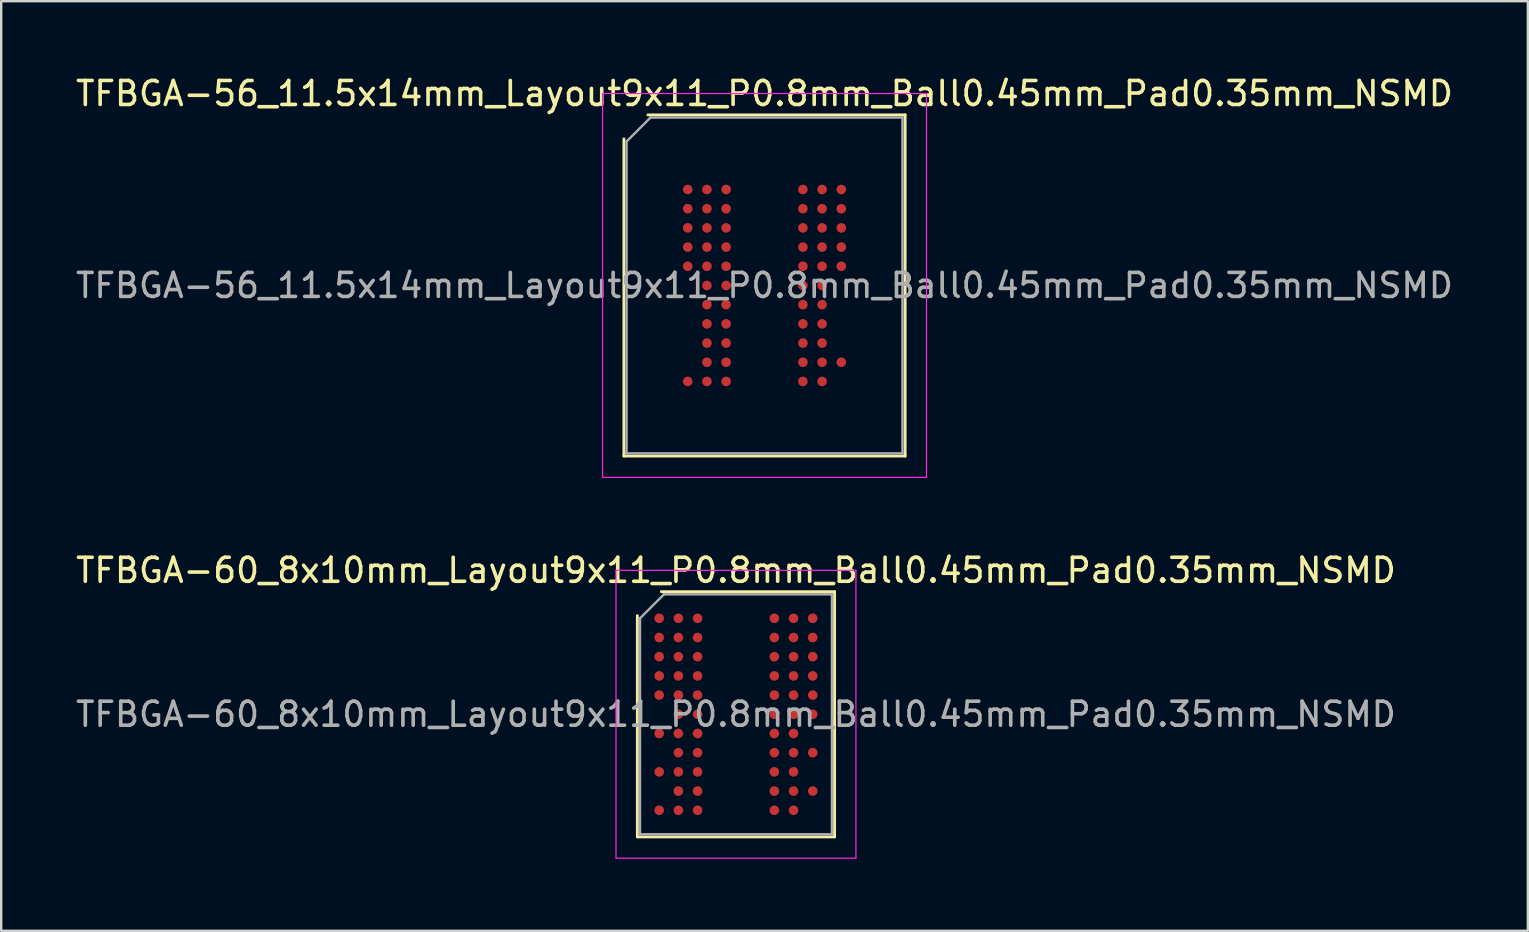
<source format=kicad_pcb>
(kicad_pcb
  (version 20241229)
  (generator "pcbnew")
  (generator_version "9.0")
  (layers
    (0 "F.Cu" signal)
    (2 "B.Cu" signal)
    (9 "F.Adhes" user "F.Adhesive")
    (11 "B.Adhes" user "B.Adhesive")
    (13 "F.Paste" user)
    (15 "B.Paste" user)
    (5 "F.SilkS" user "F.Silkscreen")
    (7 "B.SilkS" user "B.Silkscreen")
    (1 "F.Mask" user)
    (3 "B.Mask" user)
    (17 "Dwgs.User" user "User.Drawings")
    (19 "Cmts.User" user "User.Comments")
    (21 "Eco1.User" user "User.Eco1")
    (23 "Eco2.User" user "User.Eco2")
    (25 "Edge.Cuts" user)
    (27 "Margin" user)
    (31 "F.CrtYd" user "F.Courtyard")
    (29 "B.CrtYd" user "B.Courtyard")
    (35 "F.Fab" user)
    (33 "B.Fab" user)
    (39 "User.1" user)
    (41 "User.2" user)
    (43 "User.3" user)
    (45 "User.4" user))
  (footprint "TFBGA-60_8x10mm_Layout9x11_P0.8mm_Ball0.45mm_Pad0.35mm_NSMD"
    (layer "F.Cu")
    (at 27.625 26.721)
    (property "Reference" "TFBGA-60_8x10mm_Layout9x11_P0.8mm_Ball0.45mm_Pad0.35mm_NSMD" (at 0 -6 0) (layer "F.SilkS") (effects (font (size 1 1) (thickness 0.15))))
    (attr smd)
    (fp_line (start -4.11 5.11) (end -4.11 -4.11) (stroke (width 0.12) (type solid)) (layer "F.SilkS"))
    (fp_line (start -3.11 -5.11) (end 4.11 -5.11) (stroke (width 0.12) (type solid)) (layer "F.SilkS"))
    (fp_line (start 4.11 -5.11) (end 4.11 5.11) (stroke (width 0.12) (type solid)) (layer "F.SilkS"))
    (fp_line (start 4.11 5.11) (end -4.11 5.11) (stroke (width 0.12) (type solid)) (layer "F.SilkS"))
    (fp_line (start -5 -6) (end -5 6) (stroke (width 0.05) (type solid)) (layer "F.CrtYd"))
    (fp_line (start -5 6) (end 5 6) (stroke (width 0.05) (type solid)) (layer "F.CrtYd"))
    (fp_line (start 5 -6) (end -5 -6) (stroke (width 0.05) (type solid)) (layer "F.CrtYd"))
    (fp_line (start 5 6) (end 5 -6) (stroke (width 0.05) (type solid)) (layer "F.CrtYd"))
    (fp_line (start -4 -4) (end -3 -5) (stroke (width 0.1) (type solid)) (layer "F.Fab"))
    (fp_line (start -4 5) (end -4 -4) (stroke (width 0.1) (type solid)) (layer "F.Fab"))
    (fp_line (start -3 -5) (end 4 -5) (stroke (width 0.1) (type solid)) (layer "F.Fab"))
    (fp_line (start 4 -5) (end 4 5) (stroke (width 0.1) (type solid)) (layer "F.Fab"))
    (fp_line (start 4 5) (end -4 5) (stroke (width 0.1) (type solid)) (layer "F.Fab"))
    (fp_text user "${REFERENCE}" (at 0 0 0) (layer "F.Fab") (effects (font (size 1 1) (thickness 0.15))))
    (pad "A1" smd circle (at -3.2 -4) (size 0.4 0.4) (layers "F.Cu" "F.Mask" "F.Paste"))
    (pad "A2" smd circle (at -2.4 -4) (size 0.4 0.4) (layers "F.Cu" "F.Mask" "F.Paste"))
    (pad "A3" smd circle (at -1.6 -4) (size 0.4 0.4) (layers "F.Cu" "F.Mask" "F.Paste"))
    (pad "A7" smd circle (at 1.6 -4) (size 0.4 0.4) (layers "F.Cu" "F.Mask" "F.Paste"))
    (pad "A8" smd circle (at 2.4 -4) (size 0.4 0.4) (layers "F.Cu" "F.Mask" "F.Paste"))
    (pad "A9" smd circle (at 3.2 -4) (size 0.4 0.4) (layers "F.Cu" "F.Mask" "F.Paste"))
    (pad "B1" smd circle (at -3.2 -3.2) (size 0.4 0.4) (layers "F.Cu" "F.Mask" "F.Paste"))
    (pad "B2" smd circle (at -2.4 -3.2) (size 0.4 0.4) (layers "F.Cu" "F.Mask" "F.Paste"))
    (pad "B3" smd circle (at -1.6 -3.2) (size 0.4 0.4) (layers "F.Cu" "F.Mask" "F.Paste"))
    (pad "B7" smd circle (at 1.6 -3.2) (size 0.4 0.4) (layers "F.Cu" "F.Mask" "F.Paste"))
    (pad "B8" smd circle (at 2.4 -3.2) (size 0.4 0.4) (layers "F.Cu" "F.Mask" "F.Paste"))
    (pad "B9" smd circle (at 3.2 -3.2) (size 0.4 0.4) (layers "F.Cu" "F.Mask" "F.Paste"))
    (pad "C1" smd circle (at -3.2 -2.4) (size 0.4 0.4) (layers "F.Cu" "F.Mask" "F.Paste"))
    (pad "C2" smd circle (at -2.4 -2.4) (size 0.4 0.4) (layers "F.Cu" "F.Mask" "F.Paste"))
    (pad "C3" smd circle (at -1.6 -2.4) (size 0.4 0.4) (layers "F.Cu" "F.Mask" "F.Paste"))
    (pad "C7" smd circle (at 1.6 -2.4) (size 0.4 0.4) (layers "F.Cu" "F.Mask" "F.Paste"))
    (pad "C8" smd circle (at 2.4 -2.4) (size 0.4 0.4) (layers "F.Cu" "F.Mask" "F.Paste"))
    (pad "C9" smd circle (at 3.2 -2.4) (size 0.4 0.4) (layers "F.Cu" "F.Mask" "F.Paste"))
    (pad "D1" smd circle (at -3.2 -1.6) (size 0.4 0.4) (layers "F.Cu" "F.Mask" "F.Paste"))
    (pad "D2" smd circle (at -2.4 -1.6) (size 0.4 0.4) (layers "F.Cu" "F.Mask" "F.Paste"))
    (pad "D3" smd circle (at -1.6 -1.6) (size 0.4 0.4) (layers "F.Cu" "F.Mask" "F.Paste"))
    (pad "D7" smd circle (at 1.6 -1.6) (size 0.4 0.4) (layers "F.Cu" "F.Mask" "F.Paste"))
    (pad "D8" smd circle (at 2.4 -1.6) (size 0.4 0.4) (layers "F.Cu" "F.Mask" "F.Paste"))
    (pad "D9" smd circle (at 3.2 -1.6) (size 0.4 0.4) (layers "F.Cu" "F.Mask" "F.Paste"))
    (pad "E1" smd circle (at -3.2 -0.8) (size 0.4 0.4) (layers "F.Cu" "F.Mask" "F.Paste"))
    (pad "E2" smd circle (at -2.4 -0.8) (size 0.4 0.4) (layers "F.Cu" "F.Mask" "F.Paste"))
    (pad "E3" smd circle (at -1.6 -0.8) (size 0.4 0.4) (layers "F.Cu" "F.Mask" "F.Paste"))
    (pad "E7" smd circle (at 1.6 -0.8) (size 0.4 0.4) (layers "F.Cu" "F.Mask" "F.Paste"))
    (pad "E8" smd circle (at 2.4 -0.8) (size 0.4 0.4) (layers "F.Cu" "F.Mask" "F.Paste"))
    (pad "E9" smd circle (at 3.2 -0.8) (size 0.4 0.4) (layers "F.Cu" "F.Mask" "F.Paste"))
    (pad "F2" smd circle (at -2.4 0) (size 0.4 0.4) (layers "F.Cu" "F.Mask" "F.Paste"))
    (pad "F3" smd circle (at -1.6 0) (size 0.4 0.4) (layers "F.Cu" "F.Mask" "F.Paste"))
    (pad "F7" smd circle (at 1.6 0) (size 0.4 0.4) (layers "F.Cu" "F.Mask" "F.Paste"))
    (pad "F8" smd circle (at 2.4 0) (size 0.4 0.4) (layers "F.Cu" "F.Mask" "F.Paste"))
    (pad "F9" smd circle (at 3.2 0) (size 0.4 0.4) (layers "F.Cu" "F.Mask" "F.Paste"))
    (pad "G1" smd circle (at -3.2 0.8) (size 0.4 0.4) (layers "F.Cu" "F.Mask" "F.Paste"))
    (pad "G2" smd circle (at -2.4 0.8) (size 0.4 0.4) (layers "F.Cu" "F.Mask" "F.Paste"))
    (pad "G3" smd circle (at -1.6 0.8) (size 0.4 0.4) (layers "F.Cu" "F.Mask" "F.Paste"))
    (pad "G7" smd circle (at 1.6 0.8) (size 0.4 0.4) (layers "F.Cu" "F.Mask" "F.Paste"))
    (pad "G8" smd circle (at 2.4 0.8) (size 0.4 0.4) (layers "F.Cu" "F.Mask" "F.Paste"))
    (pad "H2" smd circle (at -2.4 1.6) (size 0.4 0.4) (layers "F.Cu" "F.Mask" "F.Paste"))
    (pad "H3" smd circle (at -1.6 1.6) (size 0.4 0.4) (layers "F.Cu" "F.Mask" "F.Paste"))
    (pad "H7" smd circle (at 1.6 1.6) (size 0.4 0.4) (layers "F.Cu" "F.Mask" "F.Paste"))
    (pad "H8" smd circle (at 2.4 1.6) (size 0.4 0.4) (layers "F.Cu" "F.Mask" "F.Paste"))
    (pad "H9" smd circle (at 3.2 1.6) (size 0.4 0.4) (layers "F.Cu" "F.Mask" "F.Paste"))
    (pad "J1" smd circle (at -3.2 2.4) (size 0.4 0.4) (layers "F.Cu" "F.Mask" "F.Paste"))
    (pad "J2" smd circle (at -2.4 2.4) (size 0.4 0.4) (layers "F.Cu" "F.Mask" "F.Paste"))
    (pad "J3" smd circle (at -1.6 2.4) (size 0.4 0.4) (layers "F.Cu" "F.Mask" "F.Paste"))
    (pad "J7" smd circle (at 1.6 2.4) (size 0.4 0.4) (layers "F.Cu" "F.Mask" "F.Paste"))
    (pad "J8" smd circle (at 2.4 2.4) (size 0.4 0.4) (layers "F.Cu" "F.Mask" "F.Paste"))
    (pad "K2" smd circle (at -2.4 3.2) (size 0.4 0.4) (layers "F.Cu" "F.Mask" "F.Paste"))
    (pad "K3" smd circle (at -1.6 3.2) (size 0.4 0.4) (layers "F.Cu" "F.Mask" "F.Paste"))
    (pad "K7" smd circle (at 1.6 3.2) (size 0.4 0.4) (layers "F.Cu" "F.Mask" "F.Paste"))
    (pad "K8" smd circle (at 2.4 3.2) (size 0.4 0.4) (layers "F.Cu" "F.Mask" "F.Paste"))
    (pad "K9" smd circle (at 3.2 3.2) (size 0.4 0.4) (layers "F.Cu" "F.Mask" "F.Paste"))
    (pad "L1" smd circle (at -3.2 4) (size 0.4 0.4) (layers "F.Cu" "F.Mask" "F.Paste"))
    (pad "L2" smd circle (at -2.4 4) (size 0.4 0.4) (layers "F.Cu" "F.Mask" "F.Paste"))
    (pad "L3" smd circle (at -1.6 4) (size 0.4 0.4) (layers "F.Cu" "F.Mask" "F.Paste"))
    (pad "L7" smd circle (at 1.6 4) (size 0.4 0.4) (layers "F.Cu" "F.Mask" "F.Paste"))
    (pad "L8" smd circle (at 2.4 4) (size 0.4 0.4) (layers "F.Cu" "F.Mask" "F.Paste")))
  (footprint "TFBGA-56_11.5x14mm_Layout9x11_P0.8mm_Ball0.45mm_Pad0.35mm_NSMD"
    (layer "F.Cu")
    (at 28.815 8.848)
    (property "Reference" "TFBGA-56_11.5x14mm_Layout9x11_P0.8mm_Ball0.45mm_Pad0.35mm_NSMD" (at 0 -8 0) (layer "F.SilkS") (effects (font (size 1 1) (thickness 0.15))))
    (attr smd)
    (fp_line (start -5.86 7.11) (end -5.86 -6.11) (stroke (width 0.12) (type solid)) (layer "F.SilkS"))
    (fp_line (start -4.86 -7.11) (end 5.86 -7.11) (stroke (width 0.12) (type solid)) (layer "F.SilkS"))
    (fp_line (start 5.86 -7.11) (end 5.86 7.11) (stroke (width 0.12) (type solid)) (layer "F.SilkS"))
    (fp_line (start 5.86 7.11) (end -5.86 7.11) (stroke (width 0.12) (type solid)) (layer "F.SilkS"))
    (fp_line (start -6.75 -8) (end -6.75 8) (stroke (width 0.05) (type solid)) (layer "F.CrtYd"))
    (fp_line (start -6.75 8) (end 6.75 8) (stroke (width 0.05) (type solid)) (layer "F.CrtYd"))
    (fp_line (start 6.75 -8) (end -6.75 -8) (stroke (width 0.05) (type solid)) (layer "F.CrtYd"))
    (fp_line (start 6.75 8) (end 6.75 -8) (stroke (width 0.05) (type solid)) (layer "F.CrtYd"))
    (fp_line (start -5.75 -6) (end -4.75 -7) (stroke (width 0.1) (type solid)) (layer "F.Fab"))
    (fp_line (start -5.75 7) (end -5.75 -6) (stroke (width 0.1) (type solid)) (layer "F.Fab"))
    (fp_line (start -4.75 -7) (end 5.75 -7) (stroke (width 0.1) (type solid)) (layer "F.Fab"))
    (fp_line (start 5.75 -7) (end 5.75 7) (stroke (width 0.1) (type solid)) (layer "F.Fab"))
    (fp_line (start 5.75 7) (end -5.75 7) (stroke (width 0.1) (type solid)) (layer "F.Fab"))
    (fp_text user "${REFERENCE}" (at 0 0 0) (layer "F.Fab") (effects (font (size 1 1) (thickness 0.15))))
    (pad "A1" smd circle (at -3.2 -4) (size 0.4 0.4) (layers "F.Cu" "F.Mask" "F.Paste"))
    (pad "A2" smd circle (at -2.4 -4) (size 0.4 0.4) (layers "F.Cu" "F.Mask" "F.Paste"))
    (pad "A3" smd circle (at -1.6 -4) (size 0.4 0.4) (layers "F.Cu" "F.Mask" "F.Paste"))
    (pad "A7" smd circle (at 1.6 -4) (size 0.4 0.4) (layers "F.Cu" "F.Mask" "F.Paste"))
    (pad "A8" smd circle (at 2.4 -4) (size 0.4 0.4) (layers "F.Cu" "F.Mask" "F.Paste"))
    (pad "A9" smd circle (at 3.2 -4) (size 0.4 0.4) (layers "F.Cu" "F.Mask" "F.Paste"))
    (pad "B1" smd circle (at -3.2 -3.2) (size 0.4 0.4) (layers "F.Cu" "F.Mask" "F.Paste"))
    (pad "B2" smd circle (at -2.4 -3.2) (size 0.4 0.4) (layers "F.Cu" "F.Mask" "F.Paste"))
    (pad "B3" smd circle (at -1.6 -3.2) (size 0.4 0.4) (layers "F.Cu" "F.Mask" "F.Paste"))
    (pad "B7" smd circle (at 1.6 -3.2) (size 0.4 0.4) (layers "F.Cu" "F.Mask" "F.Paste"))
    (pad "B8" smd circle (at 2.4 -3.2) (size 0.4 0.4) (layers "F.Cu" "F.Mask" "F.Paste"))
    (pad "B9" smd circle (at 3.2 -3.2) (size 0.4 0.4) (layers "F.Cu" "F.Mask" "F.Paste"))
    (pad "C1" smd circle (at -3.2 -2.4) (size 0.4 0.4) (layers "F.Cu" "F.Mask" "F.Paste"))
    (pad "C2" smd circle (at -2.4 -2.4) (size 0.4 0.4) (layers "F.Cu" "F.Mask" "F.Paste"))
    (pad "C3" smd circle (at -1.6 -2.4) (size 0.4 0.4) (layers "F.Cu" "F.Mask" "F.Paste"))
    (pad "C7" smd circle (at 1.6 -2.4) (size 0.4 0.4) (layers "F.Cu" "F.Mask" "F.Paste"))
    (pad "C8" smd circle (at 2.4 -2.4) (size 0.4 0.4) (layers "F.Cu" "F.Mask" "F.Paste"))
    (pad "C9" smd circle (at 3.2 -2.4) (size 0.4 0.4) (layers "F.Cu" "F.Mask" "F.Paste"))
    (pad "D1" smd circle (at -3.2 -1.6) (size 0.4 0.4) (layers "F.Cu" "F.Mask" "F.Paste"))
    (pad "D2" smd circle (at -2.4 -1.6) (size 0.4 0.4) (layers "F.Cu" "F.Mask" "F.Paste"))
    (pad "D3" smd circle (at -1.6 -1.6) (size 0.4 0.4) (layers "F.Cu" "F.Mask" "F.Paste"))
    (pad "D7" smd circle (at 1.6 -1.6) (size 0.4 0.4) (layers "F.Cu" "F.Mask" "F.Paste"))
    (pad "D8" smd circle (at 2.4 -1.6) (size 0.4 0.4) (layers "F.Cu" "F.Mask" "F.Paste"))
    (pad "D9" smd circle (at 3.2 -1.6) (size 0.4 0.4) (layers "F.Cu" "F.Mask" "F.Paste"))
    (pad "E1" smd circle (at -3.2 -0.8) (size 0.4 0.4) (layers "F.Cu" "F.Mask" "F.Paste"))
    (pad "E2" smd circle (at -2.4 -0.8) (size 0.4 0.4) (layers "F.Cu" "F.Mask" "F.Paste"))
    (pad "E3" smd circle (at -1.6 -0.8) (size 0.4 0.4) (layers "F.Cu" "F.Mask" "F.Paste"))
    (pad "E7" smd circle (at 1.6 -0.8) (size 0.4 0.4) (layers "F.Cu" "F.Mask" "F.Paste"))
    (pad "E8" smd circle (at 2.4 -0.8) (size 0.4 0.4) (layers "F.Cu" "F.Mask" "F.Paste"))
    (pad "E9" smd circle (at 3.2 -0.8) (size 0.4 0.4) (layers "F.Cu" "F.Mask" "F.Paste"))
    (pad "F2" smd circle (at -2.4 0) (size 0.4 0.4) (layers "F.Cu" "F.Mask" "F.Paste"))
    (pad "F3" smd circle (at -1.6 0) (size 0.4 0.4) (layers "F.Cu" "F.Mask" "F.Paste"))
    (pad "F7" smd circle (at 1.6 0) (size 0.4 0.4) (layers "F.Cu" "F.Mask" "F.Paste"))
    (pad "F8" smd circle (at 2.4 0) (size 0.4 0.4) (layers "F.Cu" "F.Mask" "F.Paste"))
    (pad "G2" smd circle (at -2.4 0.8) (size 0.4 0.4) (layers "F.Cu" "F.Mask" "F.Paste"))
    (pad "G3" smd circle (at -1.6 0.8) (size 0.4 0.4) (layers "F.Cu" "F.Mask" "F.Paste"))
    (pad "G7" smd circle (at 1.6 0.8) (size 0.4 0.4) (layers "F.Cu" "F.Mask" "F.Paste"))
    (pad "G8" smd circle (at 2.4 0.8) (size 0.4 0.4) (layers "F.Cu" "F.Mask" "F.Paste"))
    (pad "H2" smd circle (at -2.4 1.6) (size 0.4 0.4) (layers "F.Cu" "F.Mask" "F.Paste"))
    (pad "H3" smd circle (at -1.6 1.6) (size 0.4 0.4) (layers "F.Cu" "F.Mask" "F.Paste"))
    (pad "H7" smd circle (at 1.6 1.6) (size 0.4 0.4) (layers "F.Cu" "F.Mask" "F.Paste"))
    (pad "H8" smd circle (at 2.4 1.6) (size 0.4 0.4) (layers "F.Cu" "F.Mask" "F.Paste"))
    (pad "J2" smd circle (at -2.4 2.4) (size 0.4 0.4) (layers "F.Cu" "F.Mask" "F.Paste"))
    (pad "J3" smd circle (at -1.6 2.4) (size 0.4 0.4) (layers "F.Cu" "F.Mask" "F.Paste"))
    (pad "J7" smd circle (at 1.6 2.4) (size 0.4 0.4) (layers "F.Cu" "F.Mask" "F.Paste"))
    (pad "J8" smd circle (at 2.4 2.4) (size 0.4 0.4) (layers "F.Cu" "F.Mask" "F.Paste"))
    (pad "K2" smd circle (at -2.4 3.2) (size 0.4 0.4) (layers "F.Cu" "F.Mask" "F.Paste"))
    (pad "K3" smd circle (at -1.6 3.2) (size 0.4 0.4) (layers "F.Cu" "F.Mask" "F.Paste"))
    (pad "K7" smd circle (at 1.6 3.2) (size 0.4 0.4) (layers "F.Cu" "F.Mask" "F.Paste"))
    (pad "K8" smd circle (at 2.4 3.2) (size 0.4 0.4) (layers "F.Cu" "F.Mask" "F.Paste"))
    (pad "K9" smd circle (at 3.2 3.2) (size 0.4 0.4) (layers "F.Cu" "F.Mask" "F.Paste"))
    (pad "L1" smd circle (at -3.2 4) (size 0.4 0.4) (layers "F.Cu" "F.Mask" "F.Paste"))
    (pad "L2" smd circle (at -2.4 4) (size 0.4 0.4) (layers "F.Cu" "F.Mask" "F.Paste"))
    (pad "L3" smd circle (at -1.6 4) (size 0.4 0.4) (layers "F.Cu" "F.Mask" "F.Paste"))
    (pad "L7" smd circle (at 1.6 4) (size 0.4 0.4) (layers "F.Cu" "F.Mask" "F.Paste"))
    (pad "L8" smd circle (at 2.4 4) (size 0.4 0.4) (layers "F.Cu" "F.Mask" "F.Paste")))
  (gr_rect
    (start -3 -3)
    (end 60.631 35.746)
    (stroke (width 0.1) (type default))
    (fill no)
    (layer "Edge.Cuts")))
</source>
